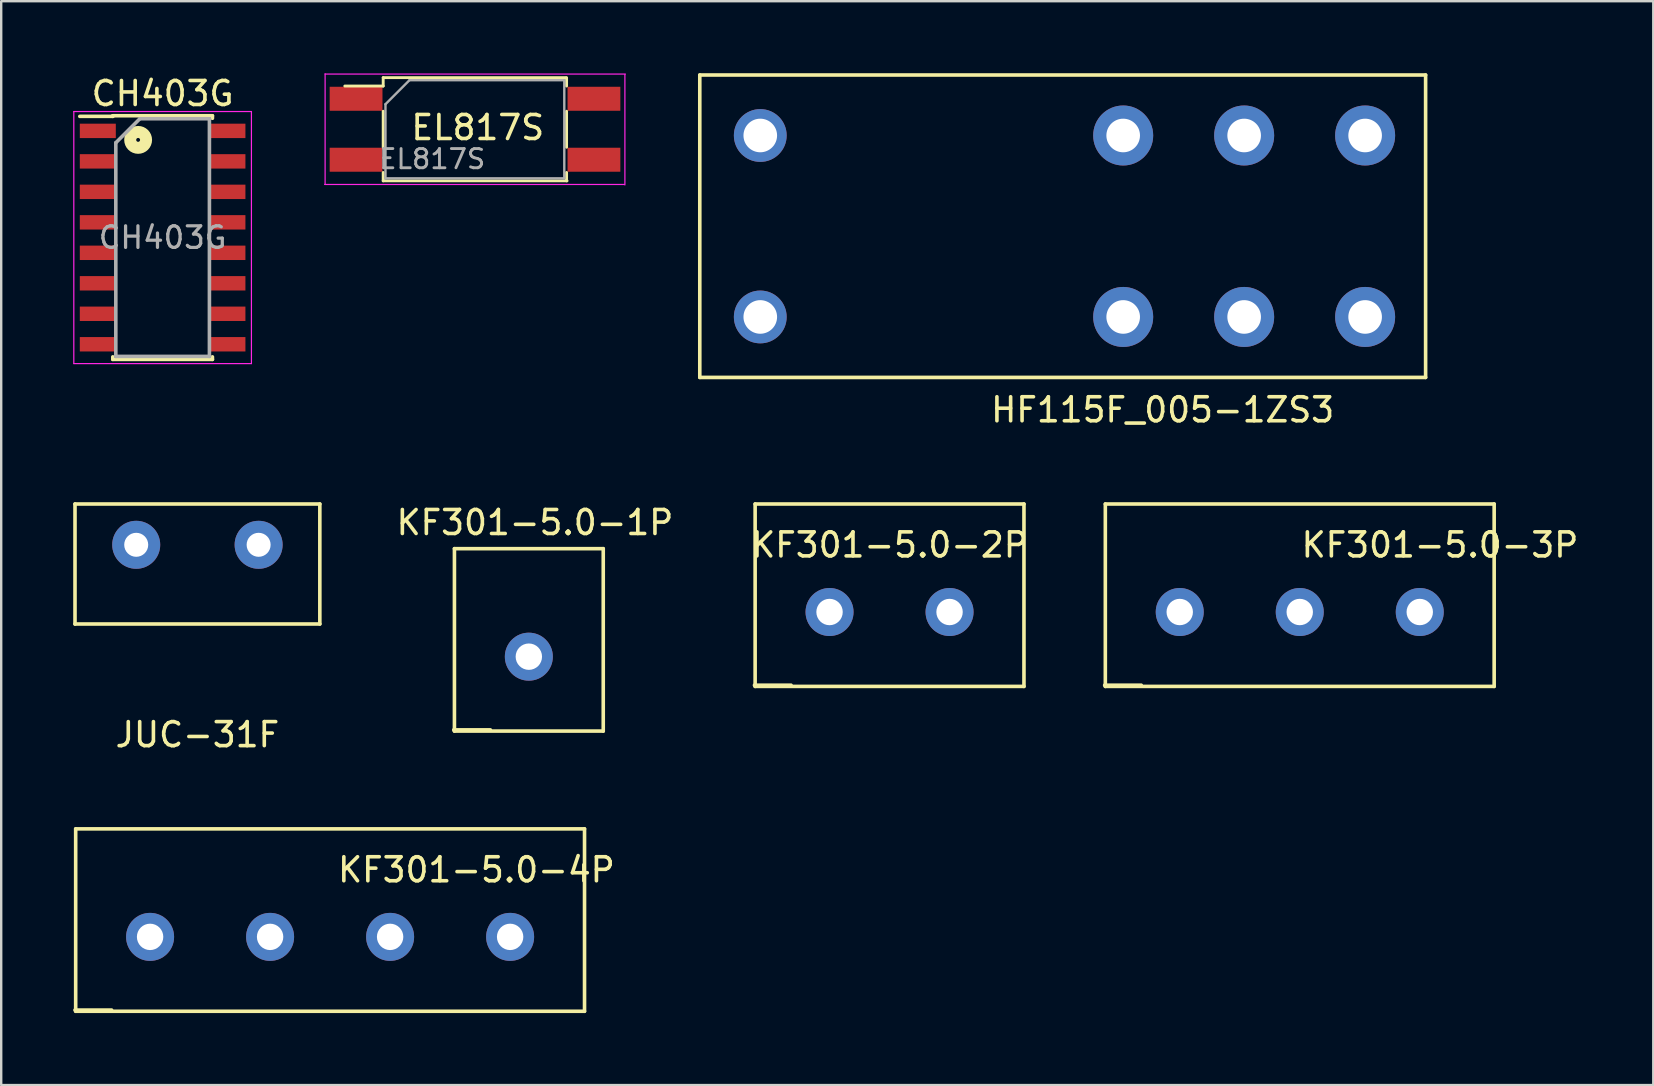
<source format=kicad_pcb>
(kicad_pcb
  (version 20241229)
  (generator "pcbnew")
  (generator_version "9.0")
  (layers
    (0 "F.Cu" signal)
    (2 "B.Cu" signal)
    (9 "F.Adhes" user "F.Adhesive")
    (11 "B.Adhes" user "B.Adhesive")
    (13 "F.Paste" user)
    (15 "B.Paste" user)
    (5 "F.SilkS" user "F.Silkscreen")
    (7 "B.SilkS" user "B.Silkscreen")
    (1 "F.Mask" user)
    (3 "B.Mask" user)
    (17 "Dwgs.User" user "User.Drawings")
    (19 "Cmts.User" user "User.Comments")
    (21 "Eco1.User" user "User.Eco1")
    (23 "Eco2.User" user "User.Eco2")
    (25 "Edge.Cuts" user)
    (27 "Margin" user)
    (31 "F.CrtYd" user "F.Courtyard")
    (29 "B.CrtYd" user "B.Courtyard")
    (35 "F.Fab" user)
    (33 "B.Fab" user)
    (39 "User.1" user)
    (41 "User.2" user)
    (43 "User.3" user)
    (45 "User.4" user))
  (footprint "JUC-31F"
    (layer "F.Cu")
    (at 5.175 20.448)
    (property "Reference" "JUC-31F" (at 0 7.112 0) (layer "F.SilkS") (effects (font (size 1 1) (thickness 0.15))))
    (attr through_hole)
    (fp_line (start -5.1 -2.5) (end 5.1 -2.5) (stroke (width 0.15) (type solid)) (layer "F.SilkS"))
    (fp_line (start -5.1 2.5) (end -5.1 -2.5) (stroke (width 0.15) (type solid)) (layer "F.SilkS"))
    (fp_line (start -5.1 2.5) (end 5.1 2.5) (stroke (width 0.15) (type solid)) (layer "F.SilkS"))
    (fp_line (start 5.1 2.5) (end 5.1 -2.5) (stroke (width 0.15) (type solid)) (layer "F.SilkS"))
    (pad "1" thru_hole circle (at -2.55 -0.8) (size 2 2) (drill 1) (layers "*.Cu" "*.Mask"))
    (pad "2" thru_hole circle (at 2.55 -0.8) (size 2 2) (drill 1) (layers "*.Cu" "*.Mask")))
  (footprint "KF301-5.0-2P"
    (layer "F.Cu")
    (at 34.011 22.448)
    (property "Reference" "KF301-5.0-2P" (at 0 -2.794 0) (layer "F.SilkS") (effects (font (size 1 1) (thickness 0.15))))
    (attr through_hole)
    (fp_line (start -5.628 3.048) (end -4.104 3.048) (stroke (width 0.15) (type solid)) (layer "F.SilkS"))
    (fp_line (start -5.6 -4.5) (end -5.6 3.1) (stroke (width 0.15) (type solid)) (layer "F.SilkS"))
    (fp_line (start -5.6 -4.5) (end 5.6 -4.5) (stroke (width 0.15) (type solid)) (layer "F.SilkS"))
    (fp_line (start -5.6 3.1) (end 5.6 3.1) (stroke (width 0.15) (type solid)) (layer "F.SilkS"))
    (fp_line (start 5.6 -4.5) (end 5.6 3.1) (stroke (width 0.15) (type solid)) (layer "F.SilkS"))
    (pad "1" thru_hole circle (at -2.5 0) (size 2 2) (drill 1.1) (layers "*.Cu" "*.Mask"))
    (pad "2" thru_hole circle (at 2.5 0) (size 2 2) (drill 1.1) (layers "*.Cu" "*.Mask")))
  (footprint "HF115F_005-1ZS3"
    (layer "F.Cu")
    (at 28.625 2.595)
    (property "Reference" "HF115F_005-1ZS3" (at 16.764 11.43 0) (layer "F.SilkS") (effects (font (size 1 1) (thickness 0.15))))
    (attr through_hole)
    (fp_line (start -2.52 -2.52) (end -2.52 10.08) (stroke (width 0.15) (type solid)) (layer "F.SilkS"))
    (fp_line (start -2.52 -2.52) (end 27.72 -2.52) (stroke (width 0.15) (type solid)) (layer "F.SilkS"))
    (fp_line (start -2.52 10.08) (end 27.72 10.08) (stroke (width 0.15) (type solid)) (layer "F.SilkS"))
    (fp_line (start 27.72 -2.52) (end 27.72 10.08) (stroke (width 0.15) (type solid)) (layer "F.SilkS"))
    (pad "1" thru_hole circle (at 0 0) (size 2.2 2.2) (drill 1.4) (layers "*.Cu" "*.Mask"))
    (pad "2" thru_hole circle (at 0 7.56) (size 2.2 2.2) (drill 1.4) (layers "*.Cu" "*.Mask"))
    (pad "3" thru_hole circle (at 15.12 0) (size 2.5 2.5) (drill 1.4) (layers "*.Cu" "*.Mask"))
    (pad "4" thru_hole circle (at 15.12 7.56) (size 2.5 2.5) (drill 1.4) (layers "*.Cu" "*.Mask"))
    (pad "5" thru_hole circle (at 20.16 0) (size 2.5 2.5) (drill 1.4) (layers "*.Cu" "*.Mask"))
    (pad "6" thru_hole circle (at 20.16 7.56) (size 2.5 2.5) (drill 1.4) (layers "*.Cu" "*.Mask"))
    (pad "7" thru_hole circle (at 25.2 0) (size 2.5 2.5) (drill 1.4) (layers "*.Cu" "*.Mask"))
    (pad "8" thru_hole circle (at 25.2 7.56) (size 2.5 2.5) (drill 1.4) (layers "*.Cu" "*.Mask")))
  (footprint "CH403G"
    (layer "F.Cu")
    (at 3.725 6.848)
    (property "Reference" "CH403G" (at 0 -6 0) (layer "F.SilkS") (effects (font (size 1 1) (thickness 0.15))))
    (attr smd)
    (fp_line (start -2.075 -5.075) (end -2.075 -5.05) (stroke (width 0.15) (type solid)) (layer "F.SilkS"))
    (fp_line (start -2.075 -5.075) (end 2.075 -5.075) (stroke (width 0.15) (type solid)) (layer "F.SilkS"))
    (fp_line (start -2.075 -5.05) (end -3.45 -5.05) (stroke (width 0.15) (type solid)) (layer "F.SilkS"))
    (fp_line (start -2.075 5.075) (end -2.075 4.97) (stroke (width 0.15) (type solid)) (layer "F.SilkS"))
    (fp_line (start -2.075 5.075) (end 2.075 5.075) (stroke (width 0.15) (type solid)) (layer "F.SilkS"))
    (fp_line (start 2.075 -5.075) (end 2.075 -4.97) (stroke (width 0.15) (type solid)) (layer "F.SilkS"))
    (fp_line (start 2.075 5.075) (end 2.075 4.97) (stroke (width 0.15) (type solid)) (layer "F.SilkS"))
    (fp_circle (center -1.02 -4.07) (end -0.95 -4.03) (stroke (width 0.5) (type solid)) (fill no) (layer "F.SilkS"))
    (fp_line (start -3.7 -5.25) (end -3.7 5.25) (stroke (width 0.05) (type solid)) (layer "F.CrtYd"))
    (fp_line (start -3.7 -5.25) (end 3.7 -5.25) (stroke (width 0.05) (type solid)) (layer "F.CrtYd"))
    (fp_line (start -3.7 5.25) (end 3.7 5.25) (stroke (width 0.05) (type solid)) (layer "F.CrtYd"))
    (fp_line (start 3.7 -5.25) (end 3.7 5.25) (stroke (width 0.05) (type solid)) (layer "F.CrtYd"))
    (fp_line (start -1.95 -3.95) (end -0.95 -4.95) (stroke (width 0.15) (type solid)) (layer "F.Fab"))
    (fp_line (start -1.95 4.95) (end -1.95 -3.95) (stroke (width 0.15) (type solid)) (layer "F.Fab"))
    (fp_line (start -0.95 -4.95) (end 1.95 -4.95) (stroke (width 0.15) (type solid)) (layer "F.Fab"))
    (fp_line (start 1.95 -4.95) (end 1.95 4.95) (stroke (width 0.15) (type solid)) (layer "F.Fab"))
    (fp_line (start 1.95 4.95) (end -1.95 4.95) (stroke (width 0.15) (type solid)) (layer "F.Fab"))
    (fp_text user "${REFERENCE}" (at 0 0 0) (layer "F.Fab") (effects (font (size 0.9 0.9) (thickness 0.135))))
    (pad "1" smd rect (at -2.7 -4.445) (size 1.5 0.6) (layers "F.Cu" "F.Mask" "F.Paste"))
    (pad "2" smd rect (at -2.7 -3.175) (size 1.5 0.6) (layers "F.Cu" "F.Mask" "F.Paste"))
    (pad "3" smd rect (at -2.7 -1.905) (size 1.5 0.6) (layers "F.Cu" "F.Mask" "F.Paste"))
    (pad "4" smd rect (at -2.7 -0.635) (size 1.5 0.6) (layers "F.Cu" "F.Mask" "F.Paste"))
    (pad "5" smd rect (at -2.7 0.635) (size 1.5 0.6) (layers "F.Cu" "F.Mask" "F.Paste"))
    (pad "6" smd rect (at -2.7 1.905) (size 1.5 0.6) (layers "F.Cu" "F.Mask" "F.Paste"))
    (pad "7" smd rect (at -2.7 3.175) (size 1.5 0.6) (layers "F.Cu" "F.Mask" "F.Paste"))
    (pad "8" smd rect (at -2.7 4.445) (size 1.5 0.6) (layers "F.Cu" "F.Mask" "F.Paste"))
    (pad "9" smd rect (at 2.7 4.445) (size 1.5 0.6) (layers "F.Cu" "F.Mask" "F.Paste"))
    (pad "10" smd rect (at 2.7 3.175) (size 1.5 0.6) (layers "F.Cu" "F.Mask" "F.Paste"))
    (pad "11" smd rect (at 2.7 1.905) (size 1.5 0.6) (layers "F.Cu" "F.Mask" "F.Paste"))
    (pad "12" smd rect (at 2.7 0.635) (size 1.5 0.6) (layers "F.Cu" "F.Mask" "F.Paste"))
    (pad "13" smd rect (at 2.7 -0.635) (size 1.5 0.6) (layers "F.Cu" "F.Mask" "F.Paste"))
    (pad "14" smd rect (at 2.7 -1.905) (size 1.5 0.6) (layers "F.Cu" "F.Mask" "F.Paste"))
    (pad "15" smd rect (at 2.7 -3.175) (size 1.5 0.6) (layers "F.Cu" "F.Mask" "F.Paste"))
    (pad "16" smd rect (at 2.7 -4.445) (size 1.5 0.6) (layers "F.Cu" "F.Mask" "F.Paste")))
  (footprint "EL817S"
    (layer "F.Cu")
    (at 14.795 2.335)
    (property "Reference" "EL817S" (at 2.06 -0.07 0) (layer "F.SilkS") (effects (font (size 1 1) (thickness 0.15))))
    (attr smd)
    (fp_line (start -1.88 -2.15) (end 5.72 -2.15) (stroke (width 0.12) (type solid)) (layer "F.SilkS"))
    (fp_line (start -1.88 -1.8) (end -3.48 -1.8) (stroke (width 0.12) (type solid)) (layer "F.SilkS"))
    (fp_line (start -1.88 -1.8) (end -1.88 -2.15) (stroke (width 0.12) (type solid)) (layer "F.SilkS"))
    (fp_line (start -1.88 0.75) (end -1.88 -0.75) (stroke (width 0.12) (type solid)) (layer "F.SilkS"))
    (fp_line (start -1.88 1.8) (end -1.88 2.15) (stroke (width 0.12) (type solid)) (layer "F.SilkS"))
    (fp_line (start -1.88 2.15) (end 5.78 2.15) (stroke (width 0.12) (type solid)) (layer "F.SilkS"))
    (fp_line (start 5.76 -2.15) (end 5.76 -1.8) (stroke (width 0.12) (type solid)) (layer "F.SilkS"))
    (fp_line (start 5.76 0.75) (end 5.76 -0.75) (stroke (width 0.12) (type solid)) (layer "F.SilkS"))
    (fp_line (start 5.76 2.15) (end 5.76 1.8) (stroke (width 0.12) (type solid)) (layer "F.SilkS"))
    (fp_line (start -4.3 -2.3) (end 8.21 -2.3) (stroke (width 0.05) (type solid)) (layer "F.CrtYd"))
    (fp_line (start -4.3 2.29) (end -4.3 -2.31) (stroke (width 0.05) (type solid)) (layer "F.CrtYd"))
    (fp_line (start 8.17 2.3) (end -4.32 2.3) (stroke (width 0.05) (type solid)) (layer "F.CrtYd"))
    (fp_line (start 8.19 -2.28) (end 8.19 2.32) (stroke (width 0.05) (type solid)) (layer "F.CrtYd"))
    (fp_line (start -1.785 -1.044) (end -0.785 -2.045) (stroke (width 0.1) (type solid)) (layer "F.Fab"))
    (fp_line (start -1.785 2.045) (end -1.785 -1.044) (stroke (width 0.1) (type solid)) (layer "F.Fab"))
    (fp_line (start -1.785 2.045) (end 5.642 2.045) (stroke (width 0.1) (type solid)) (layer "F.Fab"))
    (fp_line (start -0.785 -2.045) (end 5.621 -2.045) (stroke (width 0.1) (type solid)) (layer "F.Fab"))
    (fp_line (start 5.665 2.045) (end 5.665 -2.045) (stroke (width 0.1) (type solid)) (layer "F.Fab"))
    (fp_text user "${REFERENCE}" (at 0.16 1.24 0) (layer "F.Fab") (effects (font (size 0.8 0.8) (thickness 0.12))))
    (pad "1" smd rect (at -3.01 -1.27) (size 2.2 1) (layers "F.Cu" "F.Mask" "F.Paste"))
    (pad "2" smd rect (at -3.01 1.27) (size 2.2 1) (layers "F.Cu" "F.Mask" "F.Paste"))
    (pad "3" smd rect (at 6.9 1.27) (size 2.2 1) (layers "F.Cu" "F.Mask" "F.Paste"))
    (pad "4" smd rect (at 6.9 -1.27) (size 2.2 1) (layers "F.Cu" "F.Mask" "F.Paste")))
  (footprint "KF301-5.0-4P"
    (layer "F.Cu")
    (at 10.703 35.983)
    (property "Reference" "KF301-5.0-4P" (at 6.096 -2.794 0) (layer "F.SilkS") (effects (font (size 1 1) (thickness 0.15))))
    (attr through_hole)
    (fp_line (start -10.628 3.048) (end -9.104 3.048) (stroke (width 0.15) (type solid)) (layer "F.SilkS"))
    (fp_line (start -10.6 -4.5) (end -10.6 3.1) (stroke (width 0.15) (type solid)) (layer "F.SilkS"))
    (fp_line (start -10.6 -4.5) (end 10.6 -4.5) (stroke (width 0.15) (type solid)) (layer "F.SilkS"))
    (fp_line (start -10.6 3.1) (end 10.6 3.1) (stroke (width 0.15) (type solid)) (layer "F.SilkS"))
    (fp_line (start 10.6 -4.5) (end 10.6 3.1) (stroke (width 0.15) (type solid)) (layer "F.SilkS"))
    (pad "1" thru_hole circle (at -7.5 0) (size 2 2) (drill 1.1) (layers "*.Cu" "*.Mask"))
    (pad "2" thru_hole circle (at -2.5 0) (size 2 2) (drill 1.1) (layers "*.Cu" "*.Mask"))
    (pad "3" thru_hole circle (at 2.5 0) (size 2 2) (drill 1.1) (layers "*.Cu" "*.Mask"))
    (pad "4" thru_hole circle (at 7.5 0) (size 2 2) (drill 1.1) (layers "*.Cu" "*.Mask")))
  (footprint "KF301-5.0-1P"
    (layer "F.Cu")
    (at 18.983 24.309)
    (property "Reference" "KF301-5.0-1P" (at 0.254 -5.588 0) (layer "F.SilkS") (effects (font (size 1 1) (thickness 0.15))))
    (attr through_hole)
    (fp_line (start -3.128 3.048) (end -1.604 3.048) (stroke (width 0.15) (type solid)) (layer "F.SilkS"))
    (fp_line (start -3.1 -4.5) (end -3.1 3.1) (stroke (width 0.15) (type solid)) (layer "F.SilkS"))
    (fp_line (start -3.1 -4.5) (end 3.1 -4.5) (stroke (width 0.15) (type solid)) (layer "F.SilkS"))
    (fp_line (start -3.1 3.1) (end 3.1 3.1) (stroke (width 0.15) (type solid)) (layer "F.SilkS"))
    (fp_line (start 3.1 -4.5) (end 3.1 3.1) (stroke (width 0.15) (type solid)) (layer "F.SilkS"))
    (pad "1" thru_hole circle (at 0 0) (size 2 2) (drill 1.1) (layers "*.Cu" "*.Mask")))
  (footprint "KF301-5.0-3P"
    (layer "F.Cu")
    (at 51.101 22.448)
    (property "Reference" "KF301-5.0-3P" (at 5.842 -2.794 0) (layer "F.SilkS") (effects (font (size 1 1) (thickness 0.15))))
    (attr through_hole)
    (fp_line (start -8.128 3.048) (end -6.604 3.048) (stroke (width 0.15) (type solid)) (layer "F.SilkS"))
    (fp_line (start -8.1 -4.5) (end -8.1 3.1) (stroke (width 0.15) (type solid)) (layer "F.SilkS"))
    (fp_line (start -8.1 -4.5) (end 8.1 -4.5) (stroke (width 0.15) (type solid)) (layer "F.SilkS"))
    (fp_line (start -8.1 3.1) (end 8.1 3.1) (stroke (width 0.15) (type solid)) (layer "F.SilkS"))
    (fp_line (start 8.1 -4.5) (end 8.1 3.1) (stroke (width 0.15) (type solid)) (layer "F.SilkS"))
    (pad "1" thru_hole circle (at -5 0) (size 2 2) (drill 1.1) (layers "*.Cu" "*.Mask"))
    (pad "2" thru_hole circle (at 0 0) (size 2 2) (drill 1.1) (layers "*.Cu" "*.Mask"))
    (pad "3" thru_hole circle (at 5 0) (size 2 2) (drill 1.1) (layers "*.Cu" "*.Mask")))
  (gr_rect
    (start -3 -3)
    (end 65.83 42.158)
    (stroke (width 0.1) (type default))
    (fill no)
    (layer "Edge.Cuts")))
</source>
